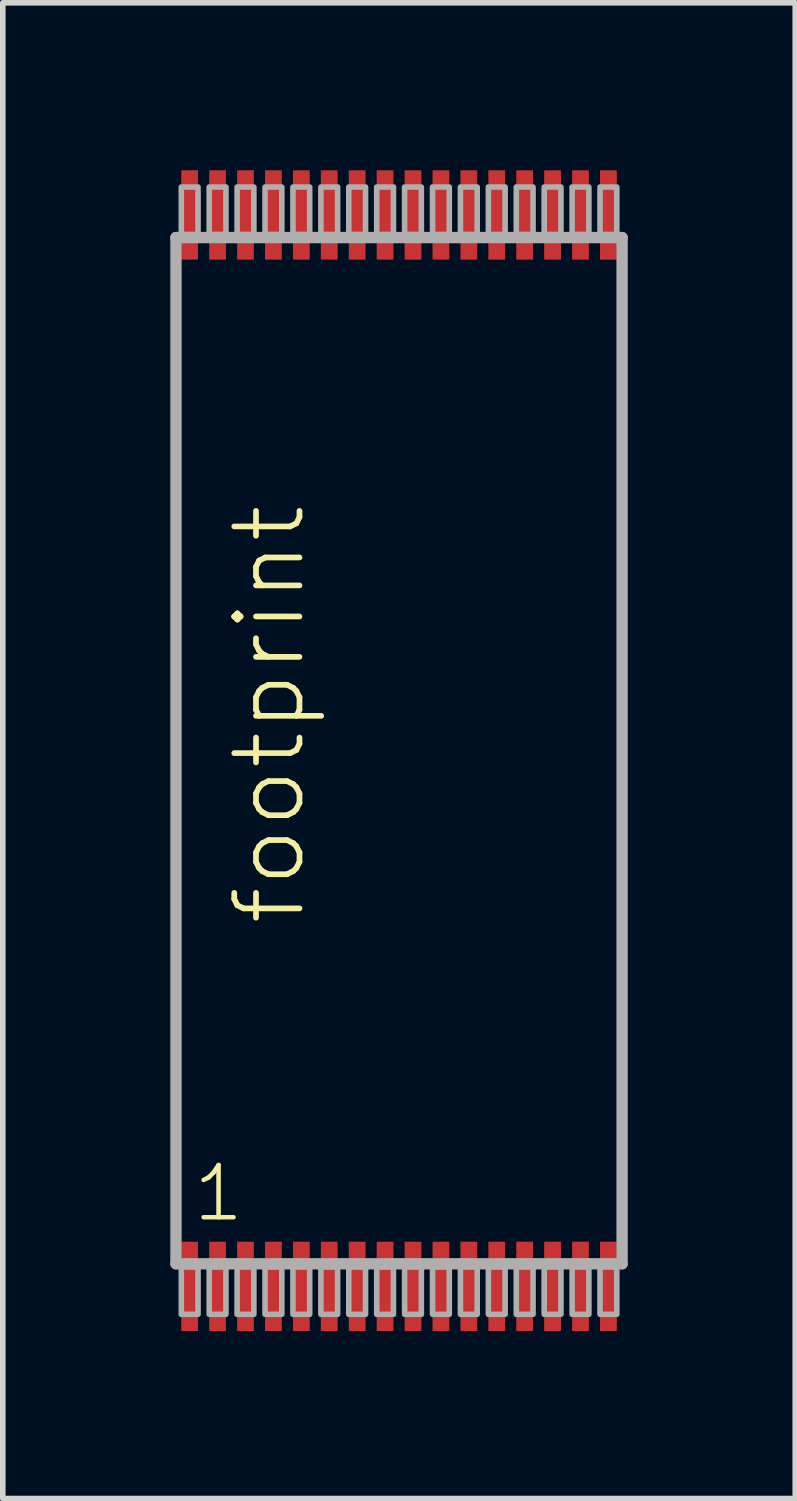
<source format=kicad_pcb>
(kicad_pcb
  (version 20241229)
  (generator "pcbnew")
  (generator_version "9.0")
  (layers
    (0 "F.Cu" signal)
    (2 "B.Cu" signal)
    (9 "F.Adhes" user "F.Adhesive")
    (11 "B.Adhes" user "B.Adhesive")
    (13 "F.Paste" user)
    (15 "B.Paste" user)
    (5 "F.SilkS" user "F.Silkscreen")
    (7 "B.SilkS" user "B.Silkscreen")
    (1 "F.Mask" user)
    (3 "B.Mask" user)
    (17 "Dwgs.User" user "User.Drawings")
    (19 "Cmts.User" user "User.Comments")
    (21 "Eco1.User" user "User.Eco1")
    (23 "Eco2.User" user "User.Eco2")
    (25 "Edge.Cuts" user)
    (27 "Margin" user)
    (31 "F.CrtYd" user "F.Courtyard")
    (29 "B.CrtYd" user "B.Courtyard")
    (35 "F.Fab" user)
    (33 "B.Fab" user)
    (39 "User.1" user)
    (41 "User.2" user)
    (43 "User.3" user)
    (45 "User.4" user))
  (footprint "footprint"
    (layer "F.Cu")
    (at 4.097 10.39)
    (property "Reference" "footprint" (at -1.635 3.175 90) (layer "F.SilkS") (effects (font (size 1.168 1.168) (thickness 0.102)) (justify left bottom)))
    (fp_line (start -3.995 -9.185) (end 3.995 -9.185) (stroke (width 0.203) (type solid)) (layer "F.Fab"))
    (fp_line (start -3.995 9.195) (end -3.995 -9.185) (stroke (width 0.203) (type solid)) (layer "F.Fab"))
    (fp_line (start 3.995 -9.185) (end 3.995 9.195) (stroke (width 0.203) (type solid)) (layer "F.Fab"))
    (fp_line (start 3.995 9.195) (end -3.995 9.195) (stroke (width 0.203) (type solid)) (layer "F.Fab"))
    (fp_poly (pts (xy -3.9 -9.24) (xy -3.6 -9.24) (xy -3.6 -10.09) (xy -3.9 -10.09)) (stroke (width 0.1) (type solid)) (fill no) (layer "F.Fab"))
    (fp_poly (pts (xy -3.9 10.1) (xy -3.6 10.1) (xy -3.6 9.25) (xy -3.9 9.25)) (stroke (width 0.1) (type solid)) (fill no) (layer "F.Fab"))
    (fp_poly (pts (xy -3.4 -9.24) (xy -3.1 -9.24) (xy -3.1 -10.09) (xy -3.4 -10.09)) (stroke (width 0.1) (type solid)) (fill no) (layer "F.Fab"))
    (fp_poly (pts (xy -3.4 10.1) (xy -3.1 10.1) (xy -3.1 9.25) (xy -3.4 9.25)) (stroke (width 0.1) (type solid)) (fill no) (layer "F.Fab"))
    (fp_poly (pts (xy -2.9 -9.24) (xy -2.6 -9.24) (xy -2.6 -10.09) (xy -2.9 -10.09)) (stroke (width 0.1) (type solid)) (fill no) (layer "F.Fab"))
    (fp_poly (pts (xy -2.9 10.1) (xy -2.6 10.1) (xy -2.6 9.25) (xy -2.9 9.25)) (stroke (width 0.1) (type solid)) (fill no) (layer "F.Fab"))
    (fp_poly (pts (xy -2.4 -9.24) (xy -2.1 -9.24) (xy -2.1 -10.09) (xy -2.4 -10.09)) (stroke (width 0.1) (type solid)) (fill no) (layer "F.Fab"))
    (fp_poly (pts (xy -2.4 10.1) (xy -2.1 10.1) (xy -2.1 9.25) (xy -2.4 9.25)) (stroke (width 0.1) (type solid)) (fill no) (layer "F.Fab"))
    (fp_poly (pts (xy -1.9 -9.24) (xy -1.6 -9.24) (xy -1.6 -10.09) (xy -1.9 -10.09)) (stroke (width 0.1) (type solid)) (fill no) (layer "F.Fab"))
    (fp_poly (pts (xy -1.9 10.1) (xy -1.6 10.1) (xy -1.6 9.25) (xy -1.9 9.25)) (stroke (width 0.1) (type solid)) (fill no) (layer "F.Fab"))
    (fp_poly (pts (xy -1.4 -9.24) (xy -1.1 -9.24) (xy -1.1 -10.09) (xy -1.4 -10.09)) (stroke (width 0.1) (type solid)) (fill no) (layer "F.Fab"))
    (fp_poly (pts (xy -1.4 10.1) (xy -1.1 10.1) (xy -1.1 9.25) (xy -1.4 9.25)) (stroke (width 0.1) (type solid)) (fill no) (layer "F.Fab"))
    (fp_poly (pts (xy -0.9 -9.24) (xy -0.6 -9.24) (xy -0.6 -10.09) (xy -0.9 -10.09)) (stroke (width 0.1) (type solid)) (fill no) (layer "F.Fab"))
    (fp_poly (pts (xy -0.9 10.1) (xy -0.6 10.1) (xy -0.6 9.25) (xy -0.9 9.25)) (stroke (width 0.1) (type solid)) (fill no) (layer "F.Fab"))
    (fp_poly (pts (xy -0.4 -9.24) (xy -0.1 -9.24) (xy -0.1 -10.09) (xy -0.4 -10.09)) (stroke (width 0.1) (type solid)) (fill no) (layer "F.Fab"))
    (fp_poly (pts (xy -0.4 10.1) (xy -0.1 10.1) (xy -0.1 9.25) (xy -0.4 9.25)) (stroke (width 0.1) (type solid)) (fill no) (layer "F.Fab"))
    (fp_poly (pts (xy 0.1 -9.24) (xy 0.4 -9.24) (xy 0.4 -10.09) (xy 0.1 -10.09)) (stroke (width 0.1) (type solid)) (fill no) (layer "F.Fab"))
    (fp_poly (pts (xy 0.1 10.1) (xy 0.4 10.1) (xy 0.4 9.25) (xy 0.1 9.25)) (stroke (width 0.1) (type solid)) (fill no) (layer "F.Fab"))
    (fp_poly (pts (xy 0.6 -9.24) (xy 0.9 -9.24) (xy 0.9 -10.09) (xy 0.6 -10.09)) (stroke (width 0.1) (type solid)) (fill no) (layer "F.Fab"))
    (fp_poly (pts (xy 0.6 10.1) (xy 0.9 10.1) (xy 0.9 9.25) (xy 0.6 9.25)) (stroke (width 0.1) (type solid)) (fill no) (layer "F.Fab"))
    (fp_poly (pts (xy 1.1 -9.24) (xy 1.4 -9.24) (xy 1.4 -10.09) (xy 1.1 -10.09)) (stroke (width 0.1) (type solid)) (fill no) (layer "F.Fab"))
    (fp_poly (pts (xy 1.1 10.1) (xy 1.4 10.1) (xy 1.4 9.25) (xy 1.1 9.25)) (stroke (width 0.1) (type solid)) (fill no) (layer "F.Fab"))
    (fp_poly (pts (xy 1.6 -9.24) (xy 1.9 -9.24) (xy 1.9 -10.09) (xy 1.6 -10.09)) (stroke (width 0.1) (type solid)) (fill no) (layer "F.Fab"))
    (fp_poly (pts (xy 1.6 10.1) (xy 1.9 10.1) (xy 1.9 9.25) (xy 1.6 9.25)) (stroke (width 0.1) (type solid)) (fill no) (layer "F.Fab"))
    (fp_poly (pts (xy 2.1 -9.24) (xy 2.4 -9.24) (xy 2.4 -10.09) (xy 2.1 -10.09)) (stroke (width 0.1) (type solid)) (fill no) (layer "F.Fab"))
    (fp_poly (pts (xy 2.1 10.1) (xy 2.4 10.1) (xy 2.4 9.25) (xy 2.1 9.25)) (stroke (width 0.1) (type solid)) (fill no) (layer "F.Fab"))
    (fp_poly (pts (xy 2.6 -9.24) (xy 2.9 -9.24) (xy 2.9 -10.09) (xy 2.6 -10.09)) (stroke (width 0.1) (type solid)) (fill no) (layer "F.Fab"))
    (fp_poly (pts (xy 2.6 10.1) (xy 2.9 10.1) (xy 2.9 9.25) (xy 2.6 9.25)) (stroke (width 0.1) (type solid)) (fill no) (layer "F.Fab"))
    (fp_poly (pts (xy 3.1 -9.24) (xy 3.4 -9.24) (xy 3.4 -10.09) (xy 3.1 -10.09)) (stroke (width 0.1) (type solid)) (fill no) (layer "F.Fab"))
    (fp_poly (pts (xy 3.1 10.1) (xy 3.4 10.1) (xy 3.4 9.25) (xy 3.1 9.25)) (stroke (width 0.1) (type solid)) (fill no) (layer "F.Fab"))
    (fp_poly (pts (xy 3.6 -9.24) (xy 3.9 -9.24) (xy 3.9 -10.09) (xy 3.6 -10.09)) (stroke (width 0.1) (type solid)) (fill no) (layer "F.Fab"))
    (fp_poly (pts (xy 3.6 10.1) (xy 3.9 10.1) (xy 3.9 9.25) (xy 3.6 9.25)) (stroke (width 0.1) (type solid)) (fill no) (layer "F.Fab"))
    (fp_text user "1" (at -3.731 8.48 0) (layer "F.SilkS") (effects (font (size 0.935 0.935) (thickness 0.081)) (justify left bottom)))
    (pad "1" smd rect (at -3.75 9.6) (size 0.3 1.6) (layers "F.Cu" "F.Mask" "F.Paste"))
    (pad "2" smd rect (at -3.25 9.6) (size 0.3 1.6) (layers "F.Cu" "F.Mask" "F.Paste"))
    (pad "3" smd rect (at -2.75 9.6) (size 0.3 1.6) (layers "F.Cu" "F.Mask" "F.Paste"))
    (pad "4" smd rect (at -2.25 9.6) (size 0.3 1.6) (layers "F.Cu" "F.Mask" "F.Paste"))
    (pad "5" smd rect (at -1.75 9.6) (size 0.3 1.6) (layers "F.Cu" "F.Mask" "F.Paste"))
    (pad "6" smd rect (at -1.25 9.6) (size 0.3 1.6) (layers "F.Cu" "F.Mask" "F.Paste"))
    (pad "7" smd rect (at -0.75 9.6) (size 0.3 1.6) (layers "F.Cu" "F.Mask" "F.Paste"))
    (pad "8" smd rect (at -0.25 9.6) (size 0.3 1.6) (layers "F.Cu" "F.Mask" "F.Paste"))
    (pad "9" smd rect (at 0.25 9.6) (size 0.3 1.6) (layers "F.Cu" "F.Mask" "F.Paste"))
    (pad "10" smd rect (at 0.75 9.6) (size 0.3 1.6) (layers "F.Cu" "F.Mask" "F.Paste"))
    (pad "11" smd rect (at 1.25 9.6) (size 0.3 1.6) (layers "F.Cu" "F.Mask" "F.Paste"))
    (pad "12" smd rect (at 1.75 9.6) (size 0.3 1.6) (layers "F.Cu" "F.Mask" "F.Paste"))
    (pad "13" smd rect (at 2.25 9.6) (size 0.3 1.6) (layers "F.Cu" "F.Mask" "F.Paste"))
    (pad "14" smd rect (at 2.75 9.6) (size 0.3 1.6) (layers "F.Cu" "F.Mask" "F.Paste"))
    (pad "15" smd rect (at 3.25 9.6) (size 0.3 1.6) (layers "F.Cu" "F.Mask" "F.Paste"))
    (pad "16" smd rect (at 3.75 9.6) (size 0.3 1.6) (layers "F.Cu" "F.Mask" "F.Paste"))
    (pad "17" smd rect (at 3.75 -9.59) (size 0.3 1.6) (layers "F.Cu" "F.Mask" "F.Paste"))
    (pad "18" smd rect (at 3.25 -9.59) (size 0.3 1.6) (layers "F.Cu" "F.Mask" "F.Paste"))
    (pad "19" smd rect (at 2.75 -9.59) (size 0.3 1.6) (layers "F.Cu" "F.Mask" "F.Paste"))
    (pad "20" smd rect (at 2.25 -9.59) (size 0.3 1.6) (layers "F.Cu" "F.Mask" "F.Paste"))
    (pad "21" smd rect (at 1.75 -9.59) (size 0.3 1.6) (layers "F.Cu" "F.Mask" "F.Paste"))
    (pad "22" smd rect (at 1.25 -9.59) (size 0.3 1.6) (layers "F.Cu" "F.Mask" "F.Paste"))
    (pad "23" smd rect (at 0.75 -9.59) (size 0.3 1.6) (layers "F.Cu" "F.Mask" "F.Paste"))
    (pad "24" smd rect (at 0.25 -9.59) (size 0.3 1.6) (layers "F.Cu" "F.Mask" "F.Paste"))
    (pad "25" smd rect (at -0.25 -9.59) (size 0.3 1.6) (layers "F.Cu" "F.Mask" "F.Paste"))
    (pad "26" smd rect (at -0.75 -9.59) (size 0.3 1.6) (layers "F.Cu" "F.Mask" "F.Paste"))
    (pad "27" smd rect (at -1.25 -9.59) (size 0.3 1.6) (layers "F.Cu" "F.Mask" "F.Paste"))
    (pad "28" smd rect (at -1.75 -9.59) (size 0.3 1.6) (layers "F.Cu" "F.Mask" "F.Paste"))
    (pad "29" smd rect (at -2.25 -9.59) (size 0.3 1.6) (layers "F.Cu" "F.Mask" "F.Paste"))
    (pad "30" smd rect (at -2.75 -9.59) (size 0.3 1.6) (layers "F.Cu" "F.Mask" "F.Paste"))
    (pad "31" smd rect (at -3.25 -9.59) (size 0.3 1.6) (layers "F.Cu" "F.Mask" "F.Paste"))
    (pad "32" smd rect (at -3.75 -9.59) (size 0.3 1.6) (layers "F.Cu" "F.Mask" "F.Paste")))
  (gr_rect
    (start -3 -3)
    (end 11.193 23.79)
    (stroke (width 0.1) (type default))
    (fill no)
    (layer "Edge.Cuts")))
</source>
